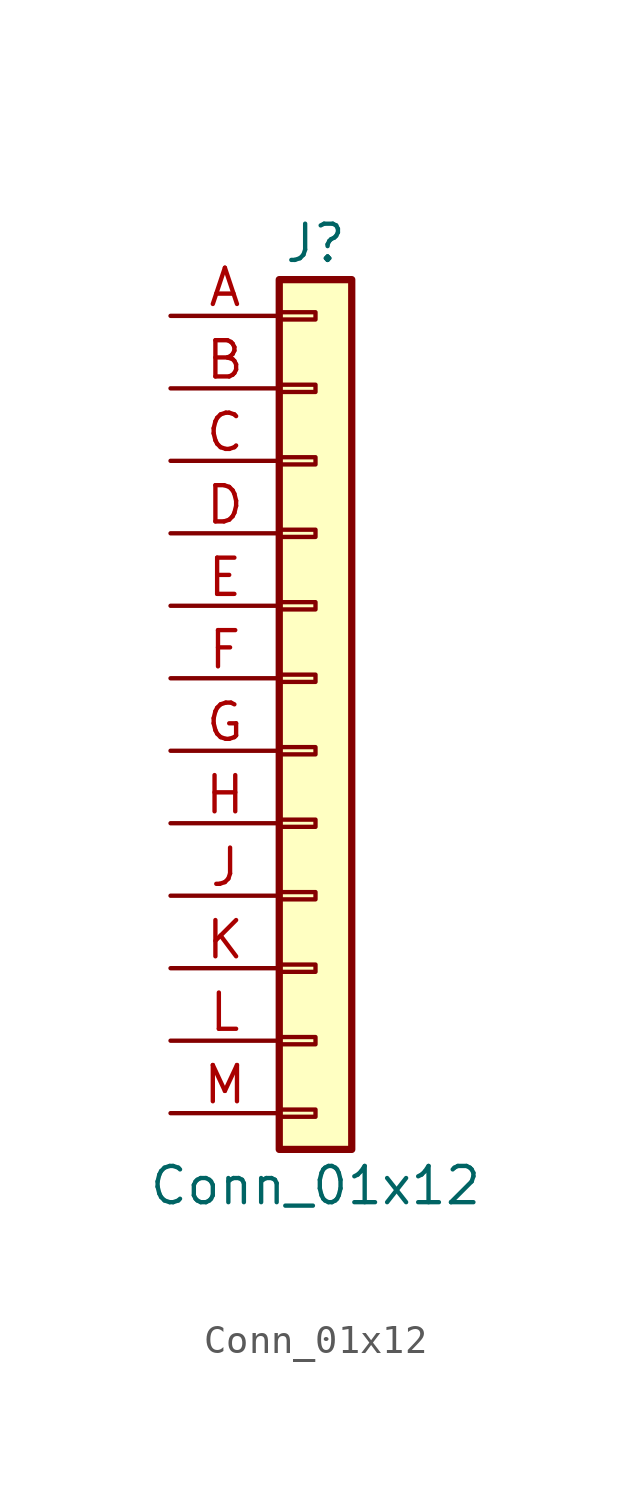
<source format=kicad_sym>
(kicad_symbol_lib
  (version 20211014)
  (generator kicad_symbol_editor)
  (symbol "Conn_01x12"
    (pin_names
      (offset 1.016) hide)
    (property "Reference" "J"
      (at 0 15.24 0)
      (effects (font (size 1.27 1.27))))
    (property "Value" "Conn_01x12"
      (at 0 -17.78 0)
      (effects (font (size 1.27 1.27))))
    (symbol "Conn_01x12_1_1"
      (rectangle (start -1.27 -15.113) (end 0 -15.367) (stroke (width 0.152) (type default) (color 0 0 0 0)) (fill (type none)))
      (rectangle (start -1.27 -12.573) (end 0 -12.827) (stroke (width 0.152) (type default) (color 0 0 0 0)) (fill (type none)))
      (rectangle (start -1.27 -10.033) (end 0 -10.287) (stroke (width 0.152) (type default) (color 0 0 0 0)) (fill (type none)))
      (rectangle (start -1.27 -7.493) (end 0 -7.747) (stroke (width 0.152) (type default) (color 0 0 0 0)) (fill (type none)))
      (rectangle (start -1.27 -4.953) (end 0 -5.207) (stroke (width 0.152) (type default) (color 0 0 0 0)) (fill (type none)))
      (rectangle (start -1.27 -2.413) (end 0 -2.667) (stroke (width 0.152) (type default) (color 0 0 0 0)) (fill (type none)))
      (rectangle (start -1.27 0.127) (end 0 -0.127) (stroke (width 0.152) (type default) (color 0 0 0 0)) (fill (type none)))
      (rectangle (start -1.27 2.667) (end 0 2.413) (stroke (width 0.152) (type default) (color 0 0 0 0)) (fill (type none)))
      (rectangle (start -1.27 5.207) (end 0 4.953) (stroke (width 0.152) (type default) (color 0 0 0 0)) (fill (type none)))
      (rectangle (start -1.27 7.747) (end 0 7.493) (stroke (width 0.152) (type default) (color 0 0 0 0)) (fill (type none)))
      (rectangle (start -1.27 10.287) (end 0 10.033) (stroke (width 0.152) (type default) (color 0 0 0 0)) (fill (type none)))
      (rectangle (start -1.27 12.827) (end 0 12.573) (stroke (width 0.152) (type default) (color 0 0 0 0)) (fill (type none)))
      (rectangle (start -1.27 13.97) (end 1.27 -16.51) (stroke (width 0.254) (type default) (color 0 0 0 0)) (fill (type background)))
      (pin passive line (at -5.08 12.7 0) (length 3.81) (name "Pin_A" (effects (font (size 1.27 1.27)))) (number "A" (effects (font (size 1.27 1.27)))))
      (pin passive line (at -5.08 10.16 0) (length 3.81) (name "Pin_B" (effects (font (size 1.27 1.27)))) (number "B" (effects (font (size 1.27 1.27)))))
      (pin passive line (at -5.08 7.62 0) (length 3.81) (name "Pin_C" (effects (font (size 1.27 1.27)))) (number "C" (effects (font (size 1.27 1.27)))))
      (pin passive line (at -5.08 5.08 0) (length 3.81) (name "Pin_D" (effects (font (size 1.27 1.27)))) (number "D" (effects (font (size 1.27 1.27)))))
      (pin passive line (at -5.08 2.54 0) (length 3.81) (name "Pin_E" (effects (font (size 1.27 1.27)))) (number "E" (effects (font (size 1.27 1.27)))))
      (pin passive line (at -5.08 0 0) (length 3.81) (name "Pin_F" (effects (font (size 1.27 1.27)))) (number "F" (effects (font (size 1.27 1.27)))))
      (pin passive line (at -5.08 -2.54 0) (length 3.81) (name "Pin_G" (effects (font (size 1.27 1.27)))) (number "G" (effects (font (size 1.27 1.27)))))
      (pin passive line (at -5.08 -5.08 0) (length 3.81) (name "Pin_H" (effects (font (size 1.27 1.27)))) (number "H" (effects (font (size 1.27 1.27)))))
      (pin passive line (at -5.08 -7.62 0) (length 3.81) (name "Pin_J" (effects (font (size 1.27 1.27)))) (number "J" (effects (font (size 1.27 1.27)))))
      (pin passive line (at -5.08 -10.16 0) (length 3.81) (name "Pin_K" (effects (font (size 1.27 1.27)))) (number "K" (effects (font (size 1.27 1.27)))))
      (pin passive line (at -5.08 -12.7 0) (length 3.81) (name "Pin_L" (effects (font (size 1.27 1.27)))) (number "L" (effects (font (size 1.27 1.27)))))
      (pin passive line (at -5.08 -15.24 0) (length 3.81) (name "Pin_M" (effects (font (size 1.27 1.27)))) (number "M" (effects (font (size 1.27 1.27))))))))
</source>
